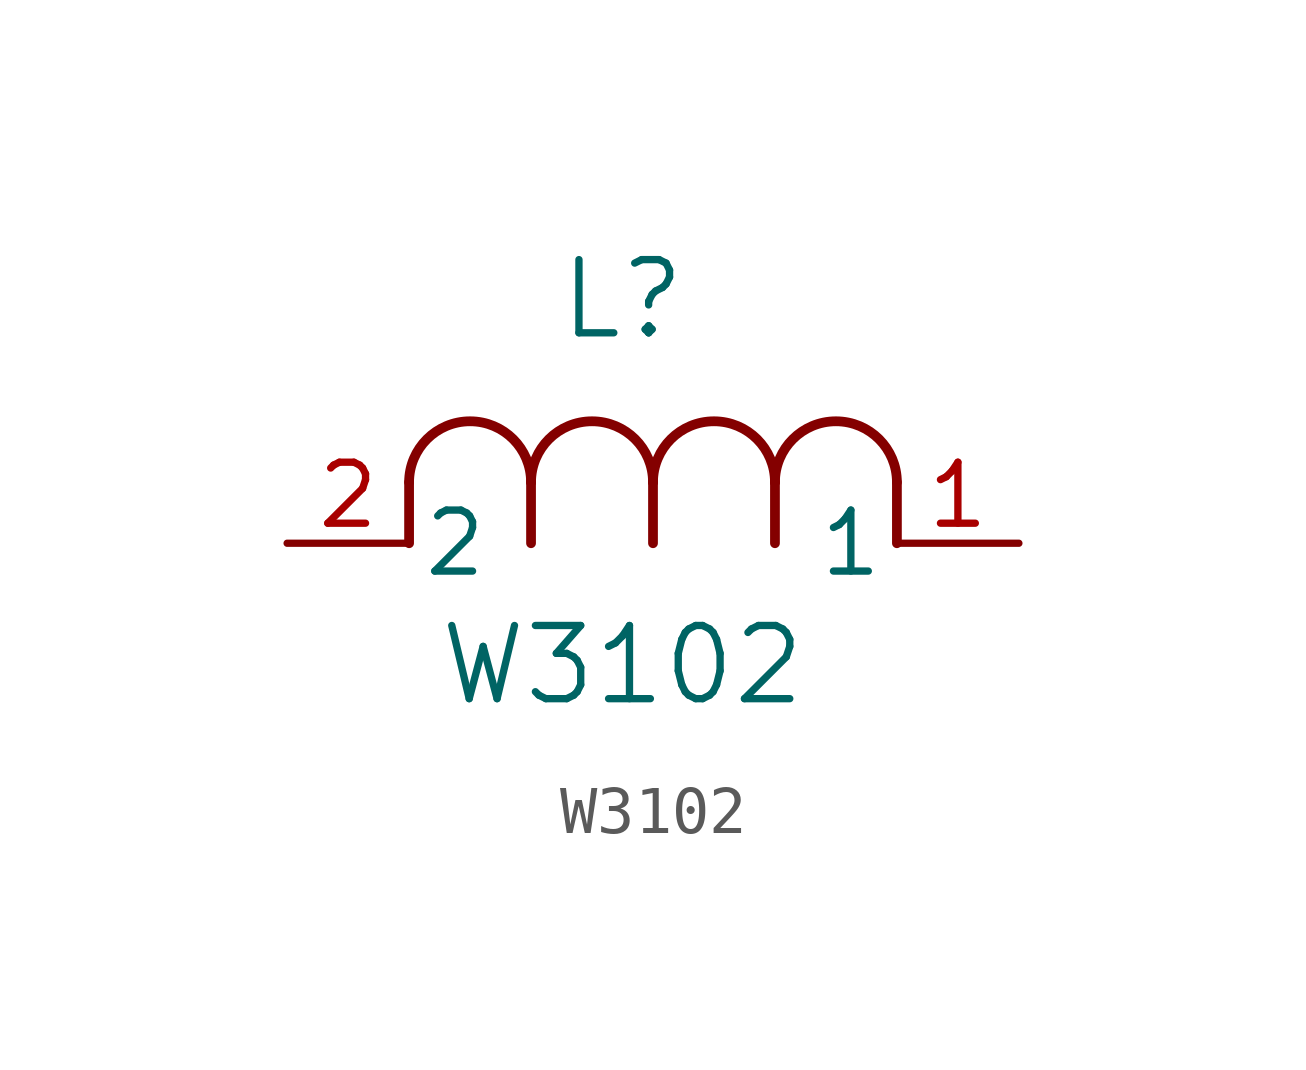
<source format=kicad_sym>
(kicad_symbol_lib
  (version 20211014)
  (generator kicad_symbol_editor)
  (symbol "W3102"
    (pin_names
      (offset 0.254))
    (property "Reference" "L"
      (at 6.985 5.08 0)
      (effects (font (size 1.524 1.524))))
    (property "Value" "W3102"
      (at 6.985 -2.54 0)
      (effects (font (size 1.524 1.524))))
    (symbol "W3102_0_1"
      (arc (start 7.62 1.27) (mid 6.35 2.54) (end 5.08 1.27) (stroke (width 0.2032) (type default) (color 0 0 0 0)) (fill (type none)))
      (polyline (pts (xy 5.08 0) (xy 5.08 1.27)) (stroke (width 0.203) (type default) (color 0 0 0 0)) (fill (type none)))
      (polyline (pts (xy 7.62 0) (xy 7.62 1.27)) (stroke (width 0.203) (type default) (color 0 0 0 0)) (fill (type none)))
      (polyline (pts (xy 12.7 0) (xy 12.7 1.27)) (stroke (width 0.203) (type default) (color 0 0 0 0)) (fill (type none)))
      (arc (start 5.08 1.27) (mid 3.81 2.54) (end 2.54 1.27) (stroke (width 0.2032) (type default) (color 0 0 0 0)) (fill (type none)))
      (arc (start 10.16 1.27) (mid 8.89 2.54) (end 7.62 1.27) (stroke (width 0.2032) (type default) (color 0 0 0 0)) (fill (type none)))
      (arc (start 12.7 1.27) (mid 11.43 2.54) (end 10.16 1.27) (stroke (width 0.2032) (type default) (color 0 0 0 0)) (fill (type none)))
      (polyline (pts (xy 2.54 0) (xy 2.54 1.27)) (stroke (width 0.203) (type default) (color 0 0 0 0)) (fill (type none)))
      (polyline (pts (xy 10.16 0) (xy 10.16 1.27)) (stroke (width 0.203) (type default) (color 0 0 0 0)) (fill (type none)))
      (pin unspecified line (at 0 0 0) (length 2.54) (name "2" (effects (font (size 1.27 1.27)))) (number "2" (effects (font (size 1.27 1.27)))))
      (pin unspecified line (at 15.24 0 180) (length 2.54) (name "1" (effects (font (size 1.27 1.27)))) (number "1" (effects (font (size 1.27 1.27))))))))
</source>
